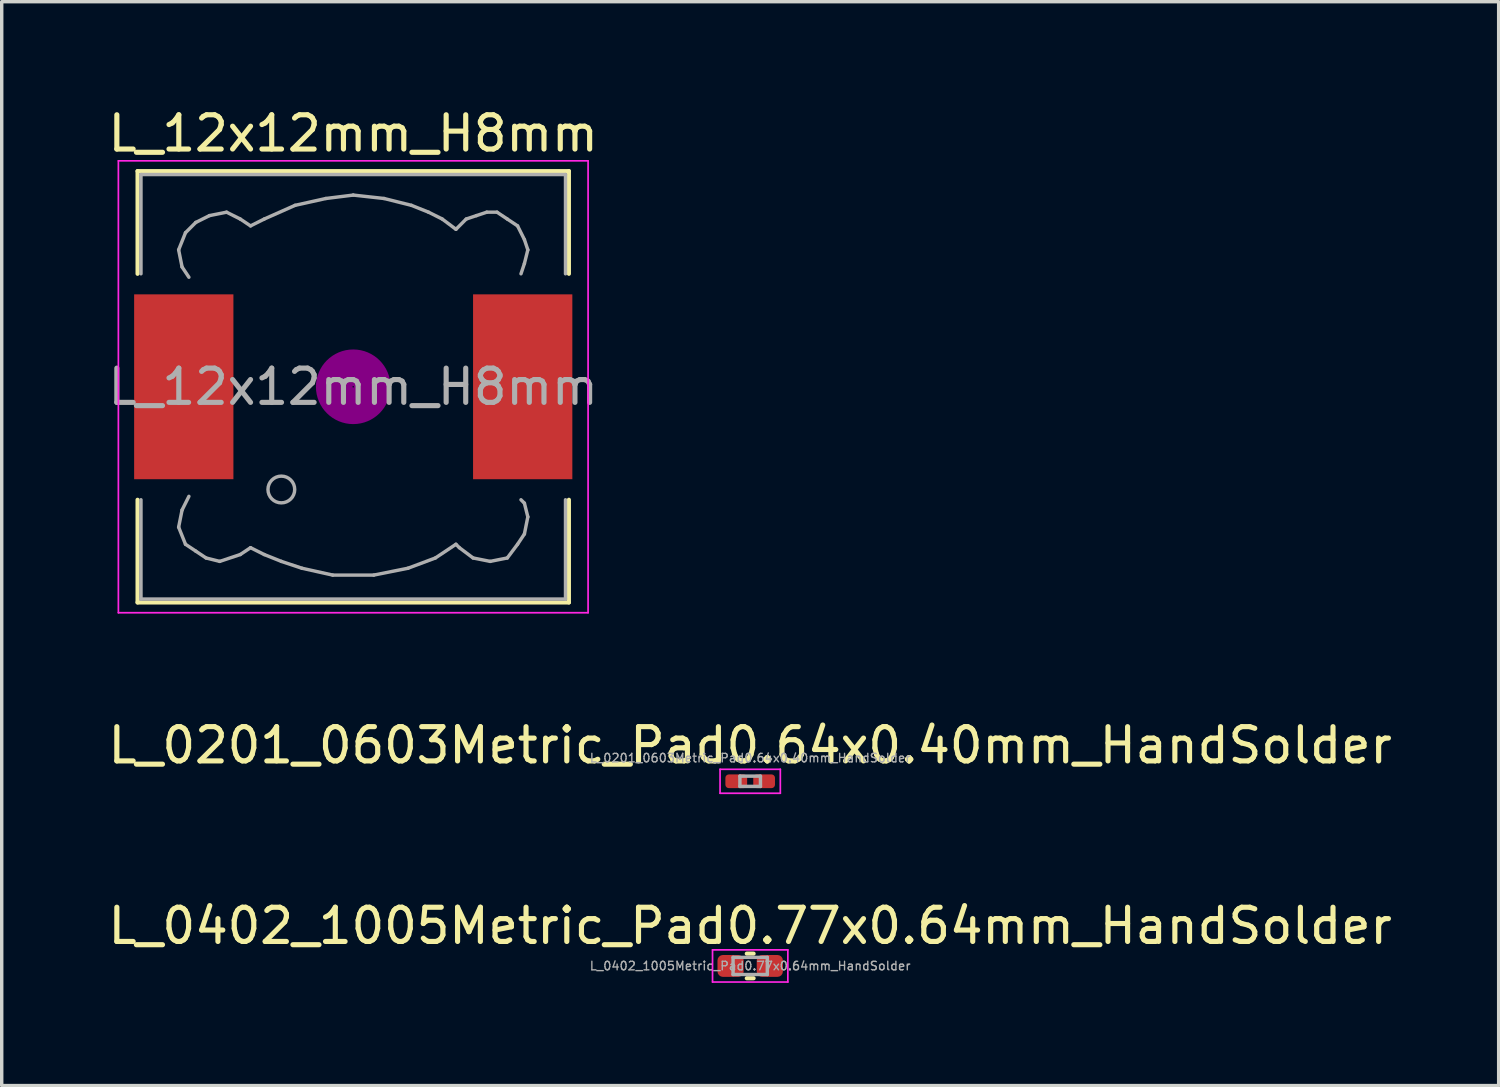
<source format=kicad_pcb>
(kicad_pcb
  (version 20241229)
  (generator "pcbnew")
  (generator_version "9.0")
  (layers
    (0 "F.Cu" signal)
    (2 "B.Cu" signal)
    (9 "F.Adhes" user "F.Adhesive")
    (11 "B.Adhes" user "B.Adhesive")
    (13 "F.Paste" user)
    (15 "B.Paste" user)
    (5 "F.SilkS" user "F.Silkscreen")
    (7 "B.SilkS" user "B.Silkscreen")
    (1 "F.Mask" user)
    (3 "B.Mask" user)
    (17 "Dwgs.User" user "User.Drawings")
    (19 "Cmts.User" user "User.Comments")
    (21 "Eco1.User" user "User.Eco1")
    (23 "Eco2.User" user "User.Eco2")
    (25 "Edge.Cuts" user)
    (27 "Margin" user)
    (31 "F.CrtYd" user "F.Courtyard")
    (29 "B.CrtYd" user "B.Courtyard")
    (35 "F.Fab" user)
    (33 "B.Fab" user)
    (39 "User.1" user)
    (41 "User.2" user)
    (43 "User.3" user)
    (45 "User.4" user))
  (footprint "L_0402_1005Metric_Pad0.77x0.64mm_HandSolder"
    (layer "F.Cu")
    (at 18.863 25.165)
    (property "Reference" "L_0402_1005Metric_Pad0.77x0.64mm_HandSolder" (at 0 -1.17 0) (layer "F.SilkS") (effects (font (size 1 1) (thickness 0.15))))
    (attr smd)
    (fp_line (start -0.1 -0.36) (end 0.1 -0.36) (stroke (width 0.12) (type solid)) (layer "F.SilkS"))
    (fp_line (start -0.1 0.36) (end 0.1 0.36) (stroke (width 0.12) (type solid)) (layer "F.SilkS"))
    (fp_line (start -1.1 -0.47) (end 1.1 -0.47) (stroke (width 0.05) (type solid)) (layer "F.CrtYd"))
    (fp_line (start -1.1 0.47) (end -1.1 -0.47) (stroke (width 0.05) (type solid)) (layer "F.CrtYd"))
    (fp_line (start 1.1 -0.47) (end 1.1 0.47) (stroke (width 0.05) (type solid)) (layer "F.CrtYd"))
    (fp_line (start 1.1 0.47) (end -1.1 0.47) (stroke (width 0.05) (type solid)) (layer "F.CrtYd"))
    (fp_line (start -0.5 -0.25) (end 0.5 -0.25) (stroke (width 0.1) (type solid)) (layer "F.Fab"))
    (fp_line (start -0.5 0.25) (end -0.5 -0.25) (stroke (width 0.1) (type solid)) (layer "F.Fab"))
    (fp_line (start 0.5 -0.25) (end 0.5 0.25) (stroke (width 0.1) (type solid)) (layer "F.Fab"))
    (fp_line (start 0.5 0.25) (end -0.5 0.25) (stroke (width 0.1) (type solid)) (layer "F.Fab"))
    (fp_text user "${REFERENCE}" (at 0 0 0) (layer "F.Fab") (effects (font (size 0.25 0.25) (thickness 0.04))))
    (pad "1" smd roundrect (at -0.573 0) (size 0.765 0.64) (layers "F.Cu" "F.Mask" "F.Paste") (roundrect_rratio 0.25))
    (pad "2" smd roundrect (at 0.573 0) (size 0.765 0.64) (layers "F.Cu" "F.Mask" "F.Paste") (roundrect_rratio 0.25)))
  (footprint "L_12x12mm_H8mm"
    (layer "F.Cu")
    (at 7.268 8.248)
    (property "Reference" "L_12x12mm_H8mm" (at 0 -7.4 0) (layer "F.SilkS") (effects (font (size 1 1) (thickness 0.15))))
    (attr smd)
    (fp_line (start -6.3 -6.3) (end 6.3 -6.3) (stroke (width 0.12) (type solid)) (layer "F.SilkS"))
    (fp_line (start -6.3 -3.3) (end -6.3 -6.3) (stroke (width 0.12) (type solid)) (layer "F.SilkS"))
    (fp_line (start -6.3 6.3) (end -6.3 3.3) (stroke (width 0.12) (type solid)) (layer "F.SilkS"))
    (fp_line (start 6.3 -6.3) (end 6.3 -3.3) (stroke (width 0.12) (type solid)) (layer "F.SilkS"))
    (fp_line (start 6.3 3.3) (end 6.3 6.3) (stroke (width 0.12) (type solid)) (layer "F.SilkS"))
    (fp_line (start 6.3 6.3) (end -6.3 6.3) (stroke (width 0.12) (type solid)) (layer "F.SilkS"))
    (fp_circle (center 0 0) (end 0.15 0.15) (stroke (width 0.38) (type solid)) (fill no) (layer "F.Adhes"))
    (fp_circle (center 0 0) (end 0.55 0) (stroke (width 0.38) (type solid)) (fill no) (layer "F.Adhes"))
    (fp_circle (center 0 0) (end 0.9 0) (stroke (width 0.38) (type solid)) (fill no) (layer "F.Adhes"))
    (fp_line (start -6.86 -6.6) (end 6.86 -6.6) (stroke (width 0.05) (type solid)) (layer "F.CrtYd"))
    (fp_line (start -6.86 6.6) (end -6.86 -6.6) (stroke (width 0.05) (type solid)) (layer "F.CrtYd"))
    (fp_line (start 6.86 -6.6) (end 6.86 6.6) (stroke (width 0.05) (type solid)) (layer "F.CrtYd"))
    (fp_line (start 6.86 6.6) (end -6.86 6.6) (stroke (width 0.05) (type solid)) (layer "F.CrtYd"))
    (fp_line (start -6.2 -6.2) (end -6.2 -3.3) (stroke (width 0.1) (type solid)) (layer "F.Fab"))
    (fp_line (start -6.2 3.3) (end -6.2 6.2) (stroke (width 0.1) (type solid)) (layer "F.Fab"))
    (fp_line (start -6.2 6.2) (end 6.2 6.2) (stroke (width 0.1) (type solid)) (layer "F.Fab"))
    (fp_line (start -5.1 -4) (end -5 -3.5) (stroke (width 0.1) (type solid)) (layer "F.Fab"))
    (fp_line (start -5.1 4.1) (end -5 3.6) (stroke (width 0.1) (type solid)) (layer "F.Fab"))
    (fp_line (start -5 -3.5) (end -4.8 -3.2) (stroke (width 0.1) (type solid)) (layer "F.Fab"))
    (fp_line (start -5 3.6) (end -4.8 3.2) (stroke (width 0.1) (type solid)) (layer "F.Fab"))
    (fp_line (start -4.9 -4.5) (end -5.1 -4) (stroke (width 0.1) (type solid)) (layer "F.Fab"))
    (fp_line (start -4.9 4.6) (end -5.1 4.1) (stroke (width 0.1) (type solid)) (layer "F.Fab"))
    (fp_line (start -4.6 -4.8) (end -4.9 -4.5) (stroke (width 0.1) (type solid)) (layer "F.Fab"))
    (fp_line (start -4.6 4.8) (end -4.9 4.6) (stroke (width 0.1) (type solid)) (layer "F.Fab"))
    (fp_line (start -4.3 5) (end -4.6 4.8) (stroke (width 0.1) (type solid)) (layer "F.Fab"))
    (fp_line (start -4.2 -5) (end -4.6 -4.8) (stroke (width 0.1) (type solid)) (layer "F.Fab"))
    (fp_line (start -3.9 5.1) (end -4.3 5) (stroke (width 0.1) (type solid)) (layer "F.Fab"))
    (fp_line (start -3.7 -5.1) (end -4.2 -5) (stroke (width 0.1) (type solid)) (layer "F.Fab"))
    (fp_line (start -3.3 -4.9) (end -3.7 -5.1) (stroke (width 0.1) (type solid)) (layer "F.Fab"))
    (fp_line (start -3.3 4.9) (end -3.9 5.1) (stroke (width 0.1) (type solid)) (layer "F.Fab"))
    (fp_line (start -3 -4.7) (end -3.3 -4.9) (stroke (width 0.1) (type solid)) (layer "F.Fab"))
    (fp_line (start -3 4.7) (end -3.3 4.9) (stroke (width 0.1) (type solid)) (layer "F.Fab"))
    (fp_line (start -2.6 -4.9) (end -3 -4.7) (stroke (width 0.1) (type solid)) (layer "F.Fab"))
    (fp_line (start -2.6 4.9) (end -3 4.7) (stroke (width 0.1) (type solid)) (layer "F.Fab"))
    (fp_line (start -2.1 5.1) (end -2.6 4.9) (stroke (width 0.1) (type solid)) (layer "F.Fab"))
    (fp_line (start -1.7 -5.3) (end -2.6 -4.9) (stroke (width 0.1) (type solid)) (layer "F.Fab"))
    (fp_line (start -1.5 5.3) (end -2.1 5.1) (stroke (width 0.1) (type solid)) (layer "F.Fab"))
    (fp_line (start -0.8 -5.5) (end -1.7 -5.3) (stroke (width 0.1) (type solid)) (layer "F.Fab"))
    (fp_line (start -0.6 5.5) (end -1.5 5.3) (stroke (width 0.1) (type solid)) (layer "F.Fab"))
    (fp_line (start 0 -5.6) (end -0.8 -5.5) (stroke (width 0.1) (type solid)) (layer "F.Fab"))
    (fp_line (start 0.6 5.5) (end -0.6 5.5) (stroke (width 0.1) (type solid)) (layer "F.Fab"))
    (fp_line (start 0.9 -5.5) (end 0 -5.6) (stroke (width 0.1) (type solid)) (layer "F.Fab"))
    (fp_line (start 1.6 5.3) (end 0.6 5.5) (stroke (width 0.1) (type solid)) (layer "F.Fab"))
    (fp_line (start 1.7 -5.3) (end 0.9 -5.5) (stroke (width 0.1) (type solid)) (layer "F.Fab"))
    (fp_line (start 2.2 -5.1) (end 1.7 -5.3) (stroke (width 0.1) (type solid)) (layer "F.Fab"))
    (fp_line (start 2.4 5) (end 1.6 5.3) (stroke (width 0.1) (type solid)) (layer "F.Fab"))
    (fp_line (start 2.6 -4.9) (end 2.2 -5.1) (stroke (width 0.1) (type solid)) (layer "F.Fab"))
    (fp_line (start 3 -4.6) (end 2.6 -4.9) (stroke (width 0.1) (type solid)) (layer "F.Fab"))
    (fp_line (start 3 4.6) (end 2.4 5) (stroke (width 0.1) (type solid)) (layer "F.Fab"))
    (fp_line (start 3.1 4.7) (end 3 4.6) (stroke (width 0.1) (type solid)) (layer "F.Fab"))
    (fp_line (start 3.3 -4.9) (end 3 -4.6) (stroke (width 0.1) (type solid)) (layer "F.Fab"))
    (fp_line (start 3.5 5) (end 3.1 4.7) (stroke (width 0.1) (type solid)) (layer "F.Fab"))
    (fp_line (start 3.6 -5) (end 3.3 -4.9) (stroke (width 0.1) (type solid)) (layer "F.Fab"))
    (fp_line (start 3.9 -5.1) (end 3.6 -5) (stroke (width 0.1) (type solid)) (layer "F.Fab"))
    (fp_line (start 4 5.1) (end 3.5 5) (stroke (width 0.1) (type solid)) (layer "F.Fab"))
    (fp_line (start 4.2 -5.1) (end 3.9 -5.1) (stroke (width 0.1) (type solid)) (layer "F.Fab"))
    (fp_line (start 4.5 -4.9) (end 4.2 -5.1) (stroke (width 0.1) (type solid)) (layer "F.Fab"))
    (fp_line (start 4.5 5) (end 4 5.1) (stroke (width 0.1) (type solid)) (layer "F.Fab"))
    (fp_line (start 4.8 -4.7) (end 4.5 -4.9) (stroke (width 0.1) (type solid)) (layer "F.Fab"))
    (fp_line (start 4.8 4.6) (end 4.5 5) (stroke (width 0.1) (type solid)) (layer "F.Fab"))
    (fp_line (start 4.9 -3.3) (end 5 -3.6) (stroke (width 0.1) (type solid)) (layer "F.Fab"))
    (fp_line (start 4.9 3.3) (end 5 3.4) (stroke (width 0.1) (type solid)) (layer "F.Fab"))
    (fp_line (start 5 -4.3) (end 4.8 -4.7) (stroke (width 0.1) (type solid)) (layer "F.Fab"))
    (fp_line (start 5 -3.6) (end 5.1 -4) (stroke (width 0.1) (type solid)) (layer "F.Fab"))
    (fp_line (start 5 3.4) (end 5.1 3.8) (stroke (width 0.1) (type solid)) (layer "F.Fab"))
    (fp_line (start 5 4.3) (end 4.8 4.6) (stroke (width 0.1) (type solid)) (layer "F.Fab"))
    (fp_line (start 5.1 -4) (end 5 -4.3) (stroke (width 0.1) (type solid)) (layer "F.Fab"))
    (fp_line (start 5.1 3.8) (end 5 4.3) (stroke (width 0.1) (type solid)) (layer "F.Fab"))
    (fp_line (start 6.2 -6.2) (end -6.2 -6.2) (stroke (width 0.1) (type solid)) (layer "F.Fab"))
    (fp_line (start 6.2 -6.2) (end 6.2 -3.3) (stroke (width 0.1) (type solid)) (layer "F.Fab"))
    (fp_line (start 6.2 6.2) (end 6.2 3.3) (stroke (width 0.1) (type solid)) (layer "F.Fab"))
    (fp_circle (center -2.1 3) (end -1.8 3.25) (stroke (width 0.1) (type solid)) (fill no) (layer "F.Fab"))
    (fp_text user "${REFERENCE}" (at 0 0 0) (layer "F.Fab") (effects (font (size 1 1) (thickness 0.15))))
    (pad "1" smd rect (at -4.95 0) (size 2.9 5.4) (layers "F.Cu" "F.Mask" "F.Paste"))
    (pad "2" smd rect (at 4.95 0) (size 2.9 5.4) (layers "F.Cu" "F.Mask" "F.Paste")))
  (footprint "L_0201_0603Metric_Pad0.64x0.40mm_HandSolder"
    (layer "F.Cu")
    (at 18.863 19.771)
    (property "Reference" "L_0201_0603Metric_Pad0.64x0.40mm_HandSolder" (at 0 -1.05 0) (layer "F.SilkS") (effects (font (size 1 1) (thickness 0.15))))
    (attr smd)
    (fp_line (start -0.88 -0.35) (end 0.88 -0.35) (stroke (width 0.05) (type solid)) (layer "F.CrtYd"))
    (fp_line (start -0.88 0.35) (end -0.88 -0.35) (stroke (width 0.05) (type solid)) (layer "F.CrtYd"))
    (fp_line (start 0.88 -0.35) (end 0.88 0.35) (stroke (width 0.05) (type solid)) (layer "F.CrtYd"))
    (fp_line (start 0.88 0.35) (end -0.88 0.35) (stroke (width 0.05) (type solid)) (layer "F.CrtYd"))
    (fp_line (start -0.3 -0.15) (end 0.3 -0.15) (stroke (width 0.1) (type solid)) (layer "F.Fab"))
    (fp_line (start -0.3 0.15) (end -0.3 -0.15) (stroke (width 0.1) (type solid)) (layer "F.Fab"))
    (fp_line (start 0.3 -0.15) (end 0.3 0.15) (stroke (width 0.1) (type solid)) (layer "F.Fab"))
    (fp_line (start 0.3 0.15) (end -0.3 0.15) (stroke (width 0.1) (type solid)) (layer "F.Fab"))
    (fp_text user "${REFERENCE}" (at 0 -0.68 0) (layer "F.Fab") (effects (font (size 0.25 0.25) (thickness 0.04))))
    (pad "" smd roundrect (at -0.432 0) (size 0.458 0.36) (layers "F.Paste") (roundrect_rratio 0.25))
    (pad "" smd roundrect (at 0.432 0) (size 0.458 0.36) (layers "F.Paste") (roundrect_rratio 0.25))
    (pad "1" smd roundrect (at -0.407 0) (size 0.635 0.4) (layers "F.Cu" "F.Mask") (roundrect_rratio 0.25))
    (pad "2" smd roundrect (at 0.407 0) (size 0.635 0.4) (layers "F.Cu" "F.Mask") (roundrect_rratio 0.25)))
  (gr_rect
    (start -3 -3)
    (end 40.726 28.66)
    (stroke (width 0.1) (type default))
    (fill no)
    (layer "Edge.Cuts")))
</source>
